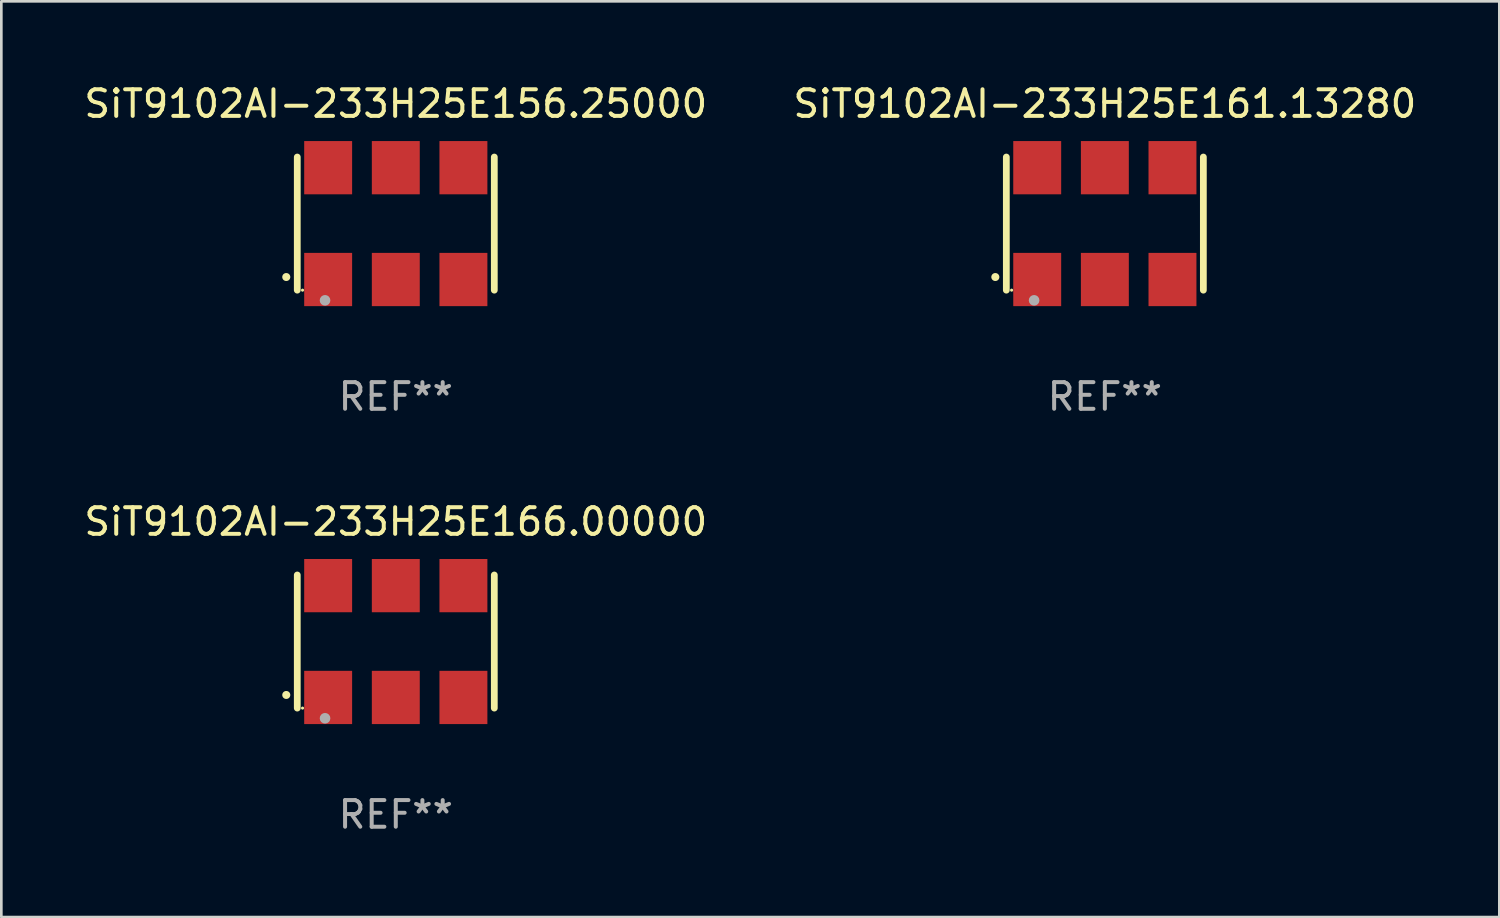
<source format=kicad_pcb>
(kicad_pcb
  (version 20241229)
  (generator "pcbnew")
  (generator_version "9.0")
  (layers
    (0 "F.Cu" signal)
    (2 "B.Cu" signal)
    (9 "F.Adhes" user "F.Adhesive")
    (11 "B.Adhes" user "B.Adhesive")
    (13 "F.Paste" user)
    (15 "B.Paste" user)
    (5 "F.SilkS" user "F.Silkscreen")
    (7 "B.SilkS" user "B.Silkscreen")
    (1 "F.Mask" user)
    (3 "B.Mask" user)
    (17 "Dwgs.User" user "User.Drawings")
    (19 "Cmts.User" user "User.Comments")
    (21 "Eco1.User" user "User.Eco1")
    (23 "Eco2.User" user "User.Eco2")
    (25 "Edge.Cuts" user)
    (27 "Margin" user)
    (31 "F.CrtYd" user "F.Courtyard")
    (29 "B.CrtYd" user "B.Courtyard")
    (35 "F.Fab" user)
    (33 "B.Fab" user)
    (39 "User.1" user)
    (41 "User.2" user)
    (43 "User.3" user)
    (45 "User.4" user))
  (footprint "SiT9102AI-233H25E161.13280"
    (layer "F.Cu")
    (at 38.446 5.348)
    (property "Reference" "SiT9102AI-233H25E161.13280" (at 0 -4.5 0) (layer "F.SilkS") (effects (font (size 1 1) (thickness 0.15))))
    (attr through_hole)
    (fp_line (start -3.7 -2.5) (end -3.7 2.5) (stroke (width 0.254) (type solid)) (layer "F.SilkS"))
    (fp_line (start 3.7 -2.5) (end 3.7 2.5) (stroke (width 0.254) (type solid)) (layer "F.SilkS"))
    (fp_arc (start -4.114415 2.006604) (mid -4.113145 2.006599) (end -4.111875 2.006604) (stroke (width 0.3) (type solid)) (layer "F.SilkS"))
    (fp_circle (center -3.502 2.5) (end -3.472 2.5) (stroke (width 0.06) (type solid)) (fill no) (layer "F.SilkS"))
    (fp_circle (center -2.657 2.882) (end -2.557 2.882) (stroke (width 0.2) (type solid)) (fill no) (layer "F.Fab"))
    (fp_text user "REF**" (at 0 6.5 0) (layer "F.Fab") (effects (font (size 1 1) (thickness 0.15))))
    (pad "1" smd rect (at -2.54 2.1) (size 1.8 2) (layers "F.Cu" "F.Mask" "F.Paste"))
    (pad "2" smd rect (at 0.000394 2.1) (size 1.8 2) (layers "F.Cu" "F.Mask" "F.Paste"))
    (pad "3" smd rect (at 2.54 2.1) (size 1.8 2) (layers "F.Cu" "F.Mask" "F.Paste"))
    (pad "4" smd rect (at 2.54 -2.1) (size 1.8 2) (layers "F.Cu" "F.Mask" "F.Paste"))
    (pad "5" smd rect (at 0.000394 -2.1) (size 1.8 2) (layers "F.Cu" "F.Mask" "F.Paste"))
    (pad "6" smd rect (at -2.54 -2.1) (size 1.8 2) (layers "F.Cu" "F.Mask" "F.Paste")))
  (footprint "SiT9102AI-233H25E166.00000"
    (layer "F.Cu")
    (at 11.815 21.045)
    (property "Reference" "SiT9102AI-233H25E166.00000" (at 0 -4.5 0) (layer "F.SilkS") (effects (font (size 1 1) (thickness 0.15))))
    (attr through_hole)
    (fp_line (start -3.7 -2.5) (end -3.7 2.5) (stroke (width 0.254) (type solid)) (layer "F.SilkS"))
    (fp_line (start 3.7 -2.5) (end 3.7 2.5) (stroke (width 0.254) (type solid)) (layer "F.SilkS"))
    (fp_arc (start -4.114415 2.006604) (mid -4.113145 2.006599) (end -4.111875 2.006604) (stroke (width 0.3) (type solid)) (layer "F.SilkS"))
    (fp_circle (center -3.502 2.5) (end -3.472 2.5) (stroke (width 0.06) (type solid)) (fill no) (layer "F.SilkS"))
    (fp_circle (center -2.657 2.882) (end -2.557 2.882) (stroke (width 0.2) (type solid)) (fill no) (layer "F.Fab"))
    (fp_text user "REF**" (at 0 6.5 0) (layer "F.Fab") (effects (font (size 1 1) (thickness 0.15))))
    (pad "1" smd rect (at -2.54 2.1) (size 1.8 2) (layers "F.Cu" "F.Mask" "F.Paste"))
    (pad "2" smd rect (at 0.000394 2.1) (size 1.8 2) (layers "F.Cu" "F.Mask" "F.Paste"))
    (pad "3" smd rect (at 2.54 2.1) (size 1.8 2) (layers "F.Cu" "F.Mask" "F.Paste"))
    (pad "4" smd rect (at 2.54 -2.1) (size 1.8 2) (layers "F.Cu" "F.Mask" "F.Paste"))
    (pad "5" smd rect (at 0.000394 -2.1) (size 1.8 2) (layers "F.Cu" "F.Mask" "F.Paste"))
    (pad "6" smd rect (at -2.54 -2.1) (size 1.8 2) (layers "F.Cu" "F.Mask" "F.Paste")))
  (footprint "SiT9102AI-233H25E156.25000"
    (layer "F.Cu")
    (at 11.815 5.348)
    (property "Reference" "SiT9102AI-233H25E156.25000" (at 0 -4.5 0) (layer "F.SilkS") (effects (font (size 1 1) (thickness 0.15))))
    (attr through_hole)
    (fp_line (start -3.7 -2.5) (end -3.7 2.5) (stroke (width 0.254) (type solid)) (layer "F.SilkS"))
    (fp_line (start 3.7 -2.5) (end 3.7 2.5) (stroke (width 0.254) (type solid)) (layer "F.SilkS"))
    (fp_arc (start -4.114415 2.006604) (mid -4.113145 2.006599) (end -4.111875 2.006604) (stroke (width 0.3) (type solid)) (layer "F.SilkS"))
    (fp_circle (center -3.502 2.5) (end -3.472 2.5) (stroke (width 0.06) (type solid)) (fill no) (layer "F.SilkS"))
    (fp_circle (center -2.657 2.882) (end -2.557 2.882) (stroke (width 0.2) (type solid)) (fill no) (layer "F.Fab"))
    (fp_text user "REF**" (at 0 6.5 0) (layer "F.Fab") (effects (font (size 1 1) (thickness 0.15))))
    (pad "1" smd rect (at -2.54 2.1) (size 1.8 2) (layers "F.Cu" "F.Mask" "F.Paste"))
    (pad "2" smd rect (at 0.000394 2.1) (size 1.8 2) (layers "F.Cu" "F.Mask" "F.Paste"))
    (pad "3" smd rect (at 2.54 2.1) (size 1.8 2) (layers "F.Cu" "F.Mask" "F.Paste"))
    (pad "4" smd rect (at 2.54 -2.1) (size 1.8 2) (layers "F.Cu" "F.Mask" "F.Paste"))
    (pad "5" smd rect (at 0.000394 -2.1) (size 1.8 2) (layers "F.Cu" "F.Mask" "F.Paste"))
    (pad "6" smd rect (at -2.54 -2.1) (size 1.8 2) (layers "F.Cu" "F.Mask" "F.Paste")))
  (gr_rect
    (start -3 -3)
    (end 53.262 31.393)
    (stroke (width 0.1) (type default))
    (fill no)
    (layer "Edge.Cuts")))
</source>
